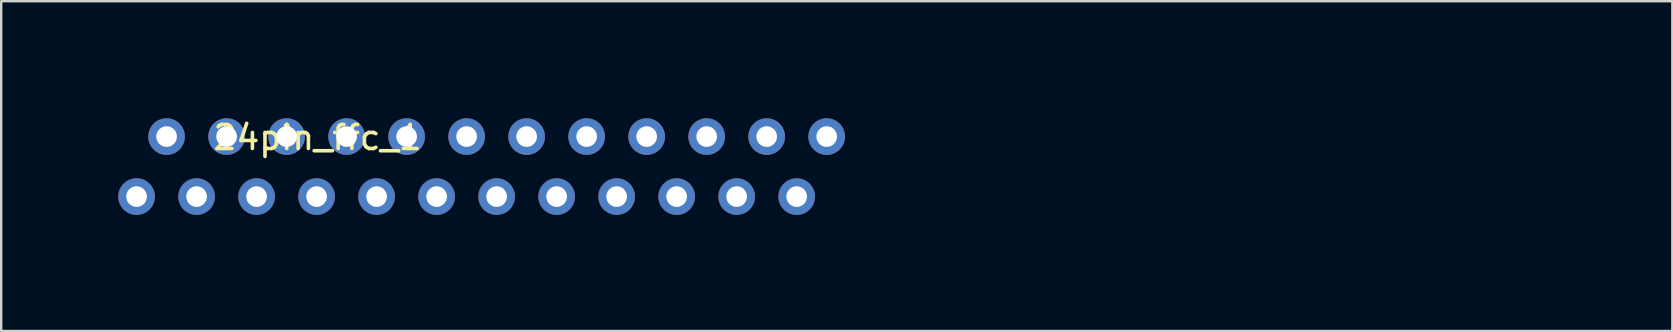
<source format=kicad_pcb>
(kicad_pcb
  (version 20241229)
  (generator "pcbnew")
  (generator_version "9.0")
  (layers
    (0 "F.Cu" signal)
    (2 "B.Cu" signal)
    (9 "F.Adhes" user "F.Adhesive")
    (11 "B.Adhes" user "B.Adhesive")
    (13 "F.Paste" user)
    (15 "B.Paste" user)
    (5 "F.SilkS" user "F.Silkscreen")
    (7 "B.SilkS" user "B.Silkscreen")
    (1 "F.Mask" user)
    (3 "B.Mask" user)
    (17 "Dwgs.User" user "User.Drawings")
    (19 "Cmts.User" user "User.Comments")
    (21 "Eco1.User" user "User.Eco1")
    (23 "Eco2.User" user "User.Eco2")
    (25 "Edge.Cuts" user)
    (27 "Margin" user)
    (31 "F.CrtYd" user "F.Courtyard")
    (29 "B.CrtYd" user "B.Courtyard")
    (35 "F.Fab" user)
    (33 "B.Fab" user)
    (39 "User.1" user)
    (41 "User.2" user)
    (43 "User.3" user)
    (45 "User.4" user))
  (footprint "24pin_ffc_1"
    (layer "F.Cu")
    (at 5.14 5.14)
    (property "Reference" "24pin_ffc_1" (at 5.04 -2.46 0) (layer "F.SilkS") (effects (font (size 1 1) (thickness 0.15))))
    (attr through_hole)
    (fp_line (start -5.08 -3.81) (end -5.08 2.54) (stroke (width 0.12) (type solid)) (layer "B.Paste"))
    (fp_line (start -5.08 -3.81) (end 27.94 -3.81) (stroke (width 0.12) (type solid)) (layer "B.Paste"))
    (fp_line (start -1.27 2.54) (end -2.54 2.54) (stroke (width 0.12) (type solid)) (layer "B.Paste"))
    (fp_line (start 1.27 2.54) (end 0 2.54) (stroke (width 0.12) (type solid)) (layer "B.Paste"))
    (fp_line (start 3.81 2.54) (end 2.54 2.54) (stroke (width 0.12) (type solid)) (layer "B.Paste"))
    (fp_line (start 6.35 2.54) (end 5.08 2.54) (stroke (width 0.12) (type solid)) (layer "B.Paste"))
    (fp_line (start 8.89 2.54) (end 7.62 2.54) (stroke (width 0.12) (type solid)) (layer "B.Paste"))
    (fp_line (start 11.43 2.54) (end 10.16 2.54) (stroke (width 0.12) (type solid)) (layer "B.Paste"))
    (fp_line (start 13.97 2.54) (end 12.7 2.54) (stroke (width 0.12) (type solid)) (layer "B.Paste"))
    (fp_line (start 16.51 2.54) (end 15.24 2.54) (stroke (width 0.12) (type solid)) (layer "B.Paste"))
    (fp_line (start 19.05 2.54) (end 17.78 2.54) (stroke (width 0.12) (type solid)) (layer "B.Paste"))
    (fp_line (start 21.59 2.54) (end 20.32 2.54) (stroke (width 0.12) (type solid)) (layer "B.Paste"))
    (fp_line (start 24.13 2.54) (end 22.86 2.54) (stroke (width 0.12) (type solid)) (layer "B.Paste"))
    (fp_line (start 26.67 2.54) (end 25.4 2.54) (stroke (width 0.12) (type solid)) (layer "B.Paste"))
    (fp_line (start 27.94 -3.81) (end 27.94 2.54) (stroke (width 0.12) (type solid)) (layer "B.Paste"))
    (fp_line (start 27.94 2.54) (end -5.08 2.54) (stroke (width 0.12) (type solid)) (layer "B.Paste"))
    (fp_line (start 58.42 -5.08) (end 58.42 1.27) (stroke (width 0.12) (type solid)) (layer "B.Paste"))
    (pad "1" thru_hole circle (at 26.25 -2.5) (size 1.524 1.524) (drill 0.86) (layers "*.Cu" "*.Mask"))
    (pad "2" thru_hole circle (at 25 0) (size 1.524 1.524) (drill 0.86) (layers "*.Cu" "*.Mask"))
    (pad "3" thru_hole circle (at 23.75 -2.5) (size 1.524 1.524) (drill 0.86) (layers "*.Cu" "*.Mask"))
    (pad "4" thru_hole circle (at 22.5 0) (size 1.524 1.524) (drill 0.86) (layers "*.Cu" "*.Mask"))
    (pad "5" thru_hole circle (at 21.25 -2.5) (size 1.524 1.524) (drill 0.86) (layers "*.Cu" "*.Mask"))
    (pad "6" thru_hole circle (at 20 0) (size 1.524 1.524) (drill 0.86) (layers "*.Cu" "*.Mask"))
    (pad "7" thru_hole circle (at 18.75 -2.5) (size 1.524 1.524) (drill 0.86) (layers "*.Cu" "*.Mask"))
    (pad "8" thru_hole circle (at 17.5 0) (size 1.524 1.524) (drill 0.86) (layers "*.Cu" "*.Mask"))
    (pad "9" thru_hole circle (at 16.25 -2.5) (size 1.524 1.524) (drill 0.86) (layers "*.Cu" "*.Mask"))
    (pad "10" thru_hole circle (at 15 0) (size 1.524 1.524) (drill 0.86) (layers "*.Cu" "*.Mask"))
    (pad "11" thru_hole circle (at 13.75 -2.5) (size 1.524 1.524) (drill 0.86) (layers "*.Cu" "*.Mask"))
    (pad "12" thru_hole circle (at 12.5 0) (size 1.524 1.524) (drill 0.86) (layers "*.Cu" "*.Mask"))
    (pad "13" thru_hole circle (at 11.25 -2.5) (size 1.524 1.524) (drill 0.86) (layers "*.Cu" "*.Mask"))
    (pad "14" thru_hole circle (at 10 0) (size 1.524 1.524) (drill 0.86) (layers "*.Cu" "*.Mask"))
    (pad "15" thru_hole circle (at 8.75 -2.5) (size 1.524 1.524) (drill 0.86) (layers "*.Cu" "*.Mask"))
    (pad "16" thru_hole circle (at 7.5 0) (size 1.524 1.524) (drill 0.86) (layers "*.Cu" "*.Mask"))
    (pad "17" thru_hole circle (at 6.25 -2.5) (size 1.524 1.524) (drill 0.86) (layers "*.Cu" "*.Mask"))
    (pad "18" thru_hole circle (at 5 0) (size 1.524 1.524) (drill 0.86) (layers "*.Cu" "*.Mask"))
    (pad "19" thru_hole circle (at 3.75 -2.5) (size 1.524 1.524) (drill 0.86) (layers "*.Cu" "*.Mask"))
    (pad "20" thru_hole circle (at 2.5 0) (size 1.524 1.524) (drill 0.86) (layers "*.Cu" "*.Mask"))
    (pad "21" thru_hole circle (at 1.25 -2.5) (size 1.524 1.524) (drill 0.86) (layers "*.Cu" "*.Mask"))
    (pad "22" thru_hole circle (at 0 0) (size 1.524 1.524) (drill 0.86) (layers "*.Cu" "*.Mask"))
    (pad "23" thru_hole circle (at -1.25 -2.5) (size 1.524 1.524) (drill 0.86) (layers "*.Cu" "*.Mask"))
    (pad "24" thru_hole circle (at -2.5 0) (size 1.524 1.524) (drill 0.86) (layers "*.Cu" "*.Mask")))
  (gr_rect
    (start -3 -3)
    (end 66.62 10.74)
    (stroke (width 0.1) (type default))
    (fill no)
    (layer "Edge.Cuts")))
</source>
